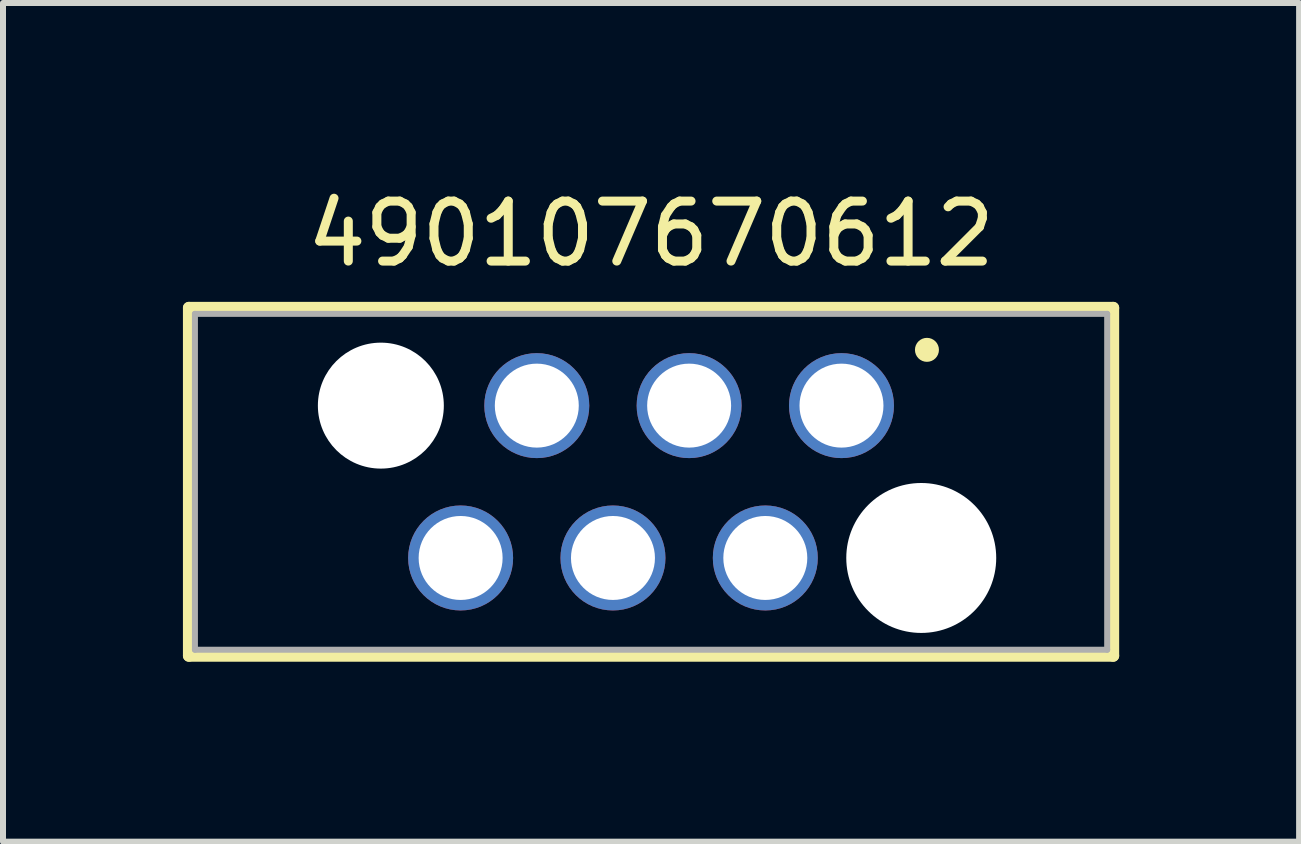
<source format=kicad_pcb>
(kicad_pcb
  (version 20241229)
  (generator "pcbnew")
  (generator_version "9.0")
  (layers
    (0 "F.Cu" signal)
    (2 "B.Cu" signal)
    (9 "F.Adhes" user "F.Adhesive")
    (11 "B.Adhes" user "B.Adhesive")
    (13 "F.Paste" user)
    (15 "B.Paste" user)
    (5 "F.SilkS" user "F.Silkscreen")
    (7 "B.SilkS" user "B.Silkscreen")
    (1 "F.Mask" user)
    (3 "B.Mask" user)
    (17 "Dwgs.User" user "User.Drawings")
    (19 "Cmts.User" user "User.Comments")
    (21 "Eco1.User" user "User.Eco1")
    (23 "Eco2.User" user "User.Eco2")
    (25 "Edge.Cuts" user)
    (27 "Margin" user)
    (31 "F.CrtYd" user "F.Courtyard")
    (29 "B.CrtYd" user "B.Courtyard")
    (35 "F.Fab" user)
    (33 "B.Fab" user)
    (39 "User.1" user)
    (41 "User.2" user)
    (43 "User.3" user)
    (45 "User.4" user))
  (footprint "490107670612"
    (layer "F.Cu")
    (at 7.805 4.983)
    (property "Reference" "490107670612" (at 0 -4.135 0) (layer "F.SilkS") (effects (font (size 1 1) (thickness 0.15))))
    (attr through_hole)
    (fp_line (start -7.705 -2.9) (end 7.705 -2.9) (stroke (width 0.2) (type solid)) (layer "F.SilkS"))
    (fp_line (start -7.705 2.9) (end -7.705 -2.9) (stroke (width 0.2) (type solid)) (layer "F.SilkS"))
    (fp_line (start 7.705 -2.9) (end 7.705 2.9) (stroke (width 0.2) (type solid)) (layer "F.SilkS"))
    (fp_line (start 7.705 2.9) (end -7.705 2.9) (stroke (width 0.2) (type solid)) (layer "F.SilkS"))
    (fp_circle (center 4.6 -2.2) (end 4.7 -2.2) (stroke (width 0.2) (type solid)) (fill no) (layer "F.SilkS"))
    (fp_line (start -7.605 -2.8) (end 7.605 -2.8) (stroke (width 0.1) (type solid)) (layer "F.Fab"))
    (fp_line (start -7.605 2.8) (end -7.605 -2.8) (stroke (width 0.1) (type solid)) (layer "F.Fab"))
    (fp_line (start 7.605 -2.8) (end 7.605 2.8) (stroke (width 0.1) (type solid)) (layer "F.Fab"))
    (fp_line (start 7.605 2.8) (end -7.605 2.8) (stroke (width 0.1) (type solid)) (layer "F.Fab"))
    (pad "" np_thru_hole circle (at -4.505 -1.27) (size 2.1 2.1) (drill 2.1) (layers "*.Cu" "*.Mask"))
    (pad "" np_thru_hole circle (at 4.505 1.27) (size 2.5 2.5) (drill 2.5) (layers "*.Cu" "*.Mask"))
    (pad "1" thru_hole circle (at 3.175 -1.27) (size 1.75 1.75) (drill 1.4) (layers "*.Cu" "*.Mask"))
    (pad "2" thru_hole circle (at 1.905 1.27) (size 1.75 1.75) (drill 1.4) (layers "*.Cu" "*.Mask"))
    (pad "3" thru_hole circle (at 0.635 -1.27) (size 1.75 1.75) (drill 1.4) (layers "*.Cu" "*.Mask"))
    (pad "4" thru_hole circle (at -0.635 1.27) (size 1.75 1.75) (drill 1.4) (layers "*.Cu" "*.Mask"))
    (pad "5" thru_hole circle (at -1.905 -1.27) (size 1.75 1.75) (drill 1.4) (layers "*.Cu" "*.Mask"))
    (pad "6" thru_hole circle (at -3.175 1.27) (size 1.75 1.75) (drill 1.4) (layers "*.Cu" "*.Mask")))
  (gr_rect
    (start -3 -3)
    (end 18.61 10.983)
    (stroke (width 0.1) (type default))
    (fill no)
    (layer "Edge.Cuts")))
</source>
